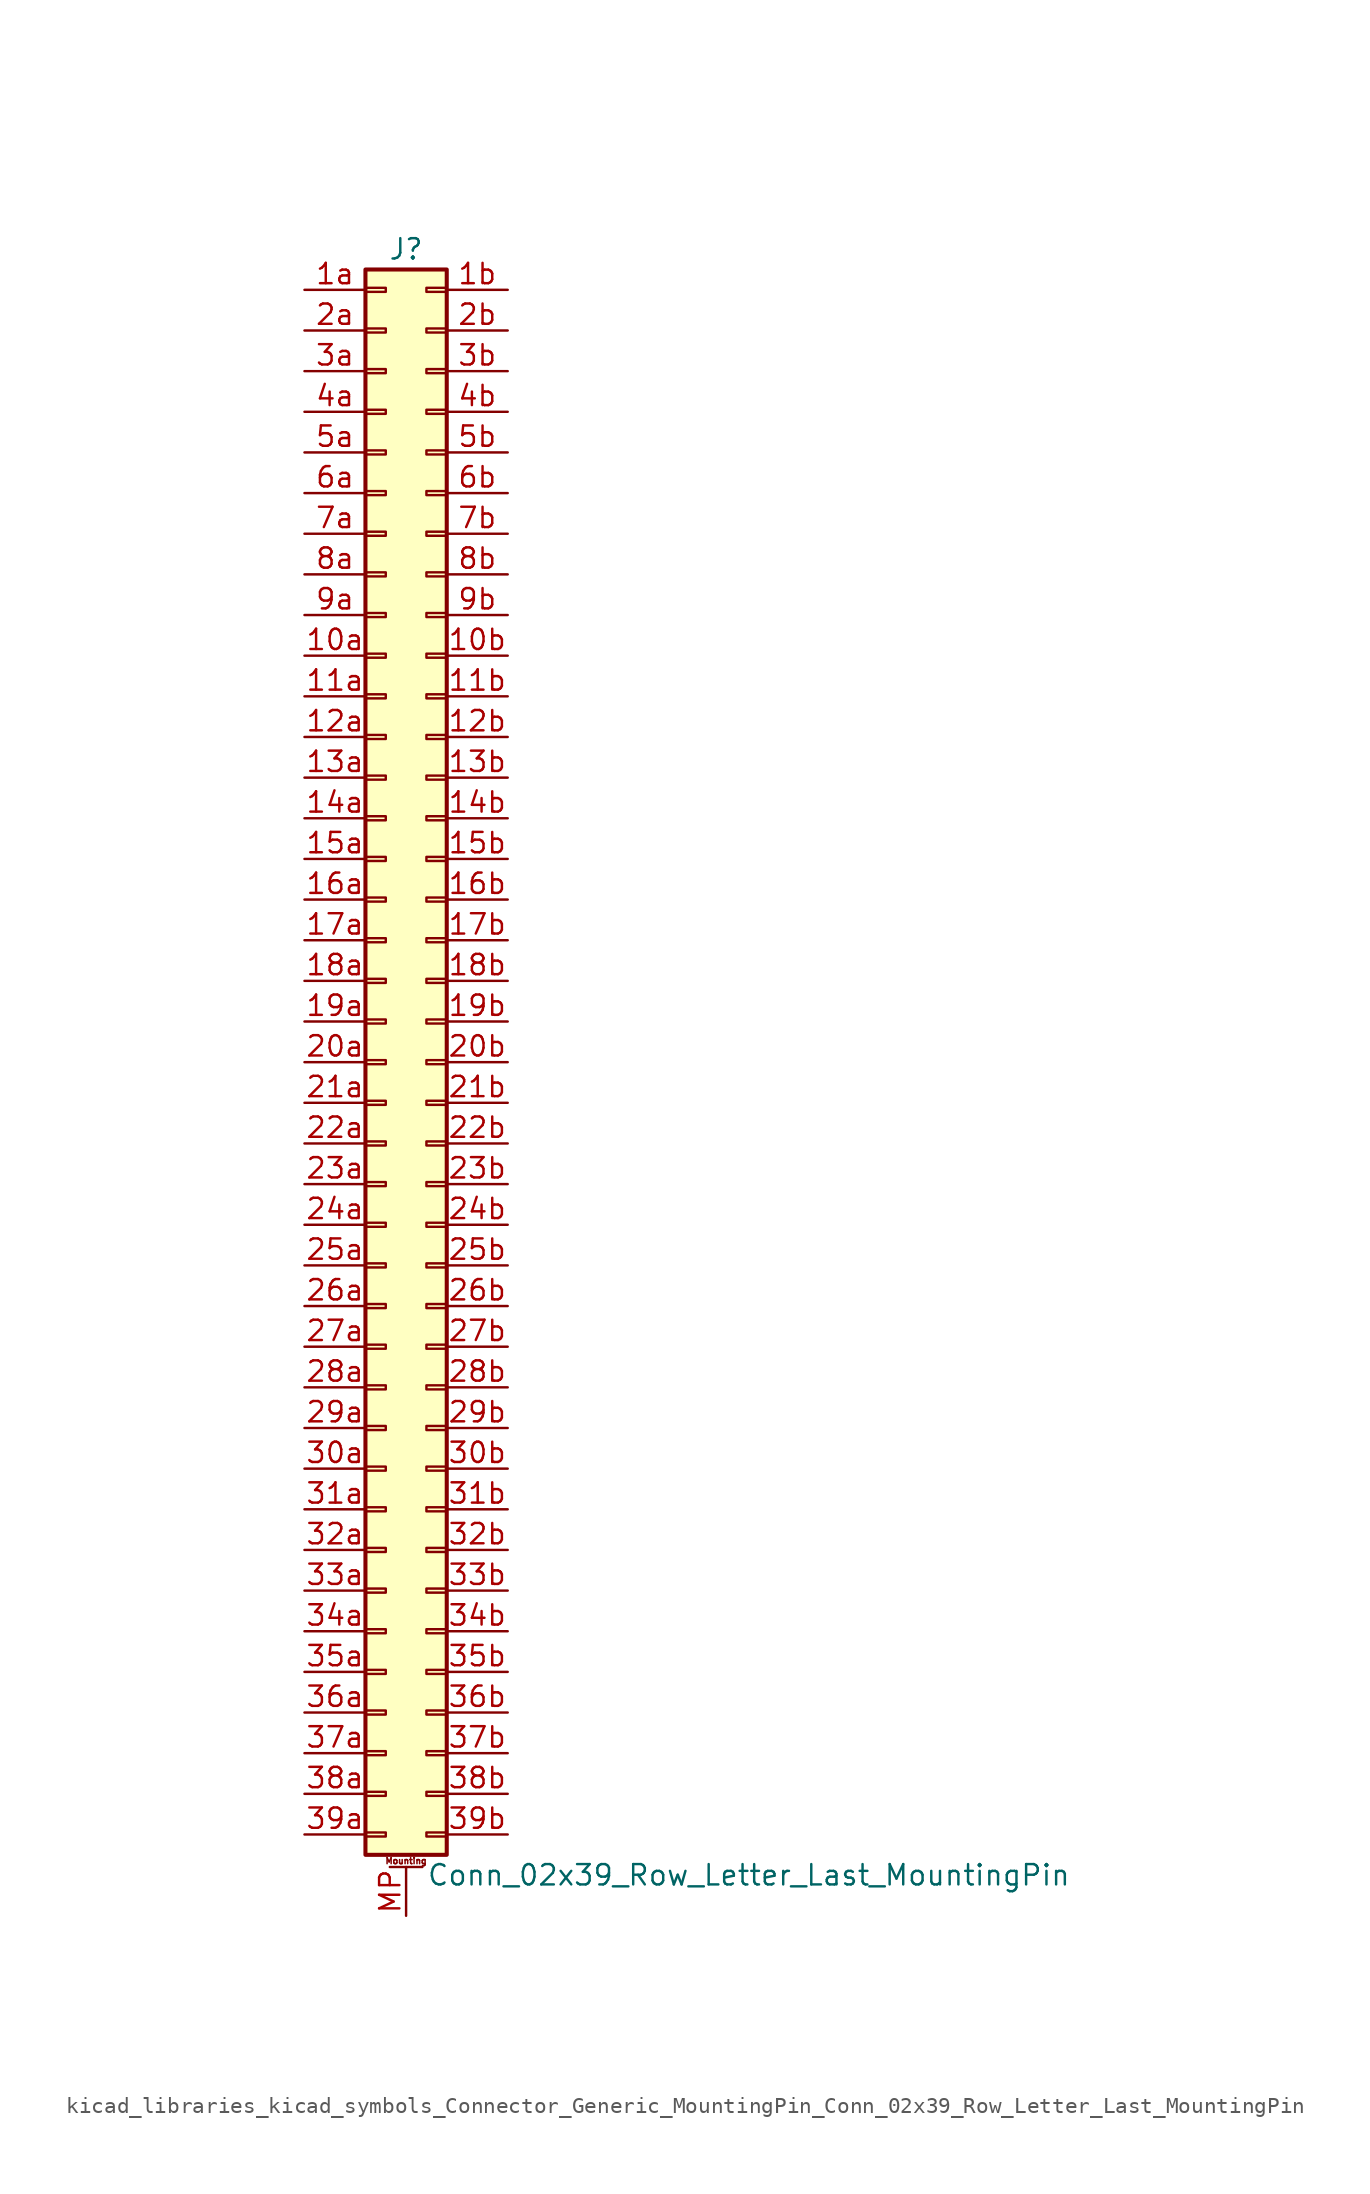
<source format=kicad_sym>
(kicad_symbol_lib
  (version 20220914)
  (generator kicad_symbol_editor)
  (symbol "kicad_libraries_kicad_symbols_Connector_Generic_MountingPin_Conn_02x39_Row_Letter_Last_MountingPin"
    (pin_names
      (offset 1.016) hide)
    (property "Reference" "J"
      (at 1.27 50.8 0)
      (effects (font (size 1.27 1.27))))
    (property "Value" "Conn_02x39_Row_Letter_Last_MountingPin"
      (at 2.54 -50.8 0)
      (effects (font (size 1.27 1.27)) (justify left)))
    (symbol "kicad_libraries_kicad_symbols_Connector_Generic_MountingPin_Conn_02x39_Row_Letter_Last_MountingPin_1_1"
      (rectangle (start -1.27 -48.133) (end 0 -48.387) (stroke (width 0.152) (type default)) (fill (type none)))
      (rectangle (start -1.27 -45.593) (end 0 -45.847) (stroke (width 0.152) (type default)) (fill (type none)))
      (rectangle (start -1.27 -43.053) (end 0 -43.307) (stroke (width 0.152) (type default)) (fill (type none)))
      (rectangle (start -1.27 -40.513) (end 0 -40.767) (stroke (width 0.152) (type default)) (fill (type none)))
      (rectangle (start -1.27 -37.973) (end 0 -38.227) (stroke (width 0.152) (type default)) (fill (type none)))
      (rectangle (start -1.27 -35.433) (end 0 -35.687) (stroke (width 0.152) (type default)) (fill (type none)))
      (rectangle (start -1.27 -32.893) (end 0 -33.147) (stroke (width 0.152) (type default)) (fill (type none)))
      (rectangle (start -1.27 -30.353) (end 0 -30.607) (stroke (width 0.152) (type default)) (fill (type none)))
      (rectangle (start -1.27 -27.813) (end 0 -28.067) (stroke (width 0.152) (type default)) (fill (type none)))
      (rectangle (start -1.27 -25.273) (end 0 -25.527) (stroke (width 0.152) (type default)) (fill (type none)))
      (rectangle (start -1.27 -22.733) (end 0 -22.987) (stroke (width 0.152) (type default)) (fill (type none)))
      (rectangle (start -1.27 -20.193) (end 0 -20.447) (stroke (width 0.152) (type default)) (fill (type none)))
      (rectangle (start -1.27 -17.653) (end 0 -17.907) (stroke (width 0.152) (type default)) (fill (type none)))
      (rectangle (start -1.27 -15.113) (end 0 -15.367) (stroke (width 0.152) (type default)) (fill (type none)))
      (rectangle (start -1.27 -12.573) (end 0 -12.827) (stroke (width 0.152) (type default)) (fill (type none)))
      (rectangle (start -1.27 -10.033) (end 0 -10.287) (stroke (width 0.152) (type default)) (fill (type none)))
      (rectangle (start -1.27 -7.493) (end 0 -7.747) (stroke (width 0.152) (type default)) (fill (type none)))
      (rectangle (start -1.27 -4.953) (end 0 -5.207) (stroke (width 0.152) (type default)) (fill (type none)))
      (rectangle (start -1.27 -2.413) (end 0 -2.667) (stroke (width 0.152) (type default)) (fill (type none)))
      (rectangle (start -1.27 0.127) (end 0 -0.127) (stroke (width 0.152) (type default)) (fill (type none)))
      (rectangle (start -1.27 2.667) (end 0 2.413) (stroke (width 0.152) (type default)) (fill (type none)))
      (rectangle (start -1.27 5.207) (end 0 4.953) (stroke (width 0.152) (type default)) (fill (type none)))
      (rectangle (start -1.27 7.747) (end 0 7.493) (stroke (width 0.152) (type default)) (fill (type none)))
      (rectangle (start -1.27 10.287) (end 0 10.033) (stroke (width 0.152) (type default)) (fill (type none)))
      (rectangle (start -1.27 12.827) (end 0 12.573) (stroke (width 0.152) (type default)) (fill (type none)))
      (rectangle (start -1.27 15.367) (end 0 15.113) (stroke (width 0.152) (type default)) (fill (type none)))
      (rectangle (start -1.27 17.907) (end 0 17.653) (stroke (width 0.152) (type default)) (fill (type none)))
      (rectangle (start -1.27 20.447) (end 0 20.193) (stroke (width 0.152) (type default)) (fill (type none)))
      (rectangle (start -1.27 22.987) (end 0 22.733) (stroke (width 0.152) (type default)) (fill (type none)))
      (rectangle (start -1.27 25.527) (end 0 25.273) (stroke (width 0.152) (type default)) (fill (type none)))
      (rectangle (start -1.27 28.067) (end 0 27.813) (stroke (width 0.152) (type default)) (fill (type none)))
      (rectangle (start -1.27 30.607) (end 0 30.353) (stroke (width 0.152) (type default)) (fill (type none)))
      (rectangle (start -1.27 33.147) (end 0 32.893) (stroke (width 0.152) (type default)) (fill (type none)))
      (rectangle (start -1.27 35.687) (end 0 35.433) (stroke (width 0.152) (type default)) (fill (type none)))
      (rectangle (start -1.27 38.227) (end 0 37.973) (stroke (width 0.152) (type default)) (fill (type none)))
      (rectangle (start -1.27 40.767) (end 0 40.513) (stroke (width 0.152) (type default)) (fill (type none)))
      (rectangle (start -1.27 43.307) (end 0 43.053) (stroke (width 0.152) (type default)) (fill (type none)))
      (rectangle (start -1.27 45.847) (end 0 45.593) (stroke (width 0.152) (type default)) (fill (type none)))
      (rectangle (start -1.27 48.387) (end 0 48.133) (stroke (width 0.152) (type default)) (fill (type none)))
      (rectangle (start -1.27 49.53) (end 3.81 -49.53) (stroke (width 0.254) (type default)) (fill (type background)))
      (polyline (pts (xy 0.254 -50.292) (xy 2.286 -50.292)) (stroke (width 0.152) (type default)) (fill (type none)))
      (rectangle (start 3.81 -48.133) (end 2.54 -48.387) (stroke (width 0.152) (type default)) (fill (type none)))
      (rectangle (start 3.81 -45.593) (end 2.54 -45.847) (stroke (width 0.152) (type default)) (fill (type none)))
      (rectangle (start 3.81 -43.053) (end 2.54 -43.307) (stroke (width 0.152) (type default)) (fill (type none)))
      (rectangle (start 3.81 -40.513) (end 2.54 -40.767) (stroke (width 0.152) (type default)) (fill (type none)))
      (rectangle (start 3.81 -37.973) (end 2.54 -38.227) (stroke (width 0.152) (type default)) (fill (type none)))
      (rectangle (start 3.81 -35.433) (end 2.54 -35.687) (stroke (width 0.152) (type default)) (fill (type none)))
      (rectangle (start 3.81 -32.893) (end 2.54 -33.147) (stroke (width 0.152) (type default)) (fill (type none)))
      (rectangle (start 3.81 -30.353) (end 2.54 -30.607) (stroke (width 0.152) (type default)) (fill (type none)))
      (rectangle (start 3.81 -27.813) (end 2.54 -28.067) (stroke (width 0.152) (type default)) (fill (type none)))
      (rectangle (start 3.81 -25.273) (end 2.54 -25.527) (stroke (width 0.152) (type default)) (fill (type none)))
      (rectangle (start 3.81 -22.733) (end 2.54 -22.987) (stroke (width 0.152) (type default)) (fill (type none)))
      (rectangle (start 3.81 -20.193) (end 2.54 -20.447) (stroke (width 0.152) (type default)) (fill (type none)))
      (rectangle (start 3.81 -17.653) (end 2.54 -17.907) (stroke (width 0.152) (type default)) (fill (type none)))
      (rectangle (start 3.81 -15.113) (end 2.54 -15.367) (stroke (width 0.152) (type default)) (fill (type none)))
      (rectangle (start 3.81 -12.573) (end 2.54 -12.827) (stroke (width 0.152) (type default)) (fill (type none)))
      (rectangle (start 3.81 -10.033) (end 2.54 -10.287) (stroke (width 0.152) (type default)) (fill (type none)))
      (rectangle (start 3.81 -7.493) (end 2.54 -7.747) (stroke (width 0.152) (type default)) (fill (type none)))
      (rectangle (start 3.81 -4.953) (end 2.54 -5.207) (stroke (width 0.152) (type default)) (fill (type none)))
      (rectangle (start 3.81 -2.413) (end 2.54 -2.667) (stroke (width 0.152) (type default)) (fill (type none)))
      (rectangle (start 3.81 0.127) (end 2.54 -0.127) (stroke (width 0.152) (type default)) (fill (type none)))
      (rectangle (start 3.81 2.667) (end 2.54 2.413) (stroke (width 0.152) (type default)) (fill (type none)))
      (rectangle (start 3.81 5.207) (end 2.54 4.953) (stroke (width 0.152) (type default)) (fill (type none)))
      (rectangle (start 3.81 7.747) (end 2.54 7.493) (stroke (width 0.152) (type default)) (fill (type none)))
      (rectangle (start 3.81 10.287) (end 2.54 10.033) (stroke (width 0.152) (type default)) (fill (type none)))
      (rectangle (start 3.81 12.827) (end 2.54 12.573) (stroke (width 0.152) (type default)) (fill (type none)))
      (rectangle (start 3.81 15.367) (end 2.54 15.113) (stroke (width 0.152) (type default)) (fill (type none)))
      (rectangle (start 3.81 17.907) (end 2.54 17.653) (stroke (width 0.152) (type default)) (fill (type none)))
      (rectangle (start 3.81 20.447) (end 2.54 20.193) (stroke (width 0.152) (type default)) (fill (type none)))
      (rectangle (start 3.81 22.987) (end 2.54 22.733) (stroke (width 0.152) (type default)) (fill (type none)))
      (rectangle (start 3.81 25.527) (end 2.54 25.273) (stroke (width 0.152) (type default)) (fill (type none)))
      (rectangle (start 3.81 28.067) (end 2.54 27.813) (stroke (width 0.152) (type default)) (fill (type none)))
      (rectangle (start 3.81 30.607) (end 2.54 30.353) (stroke (width 0.152) (type default)) (fill (type none)))
      (rectangle (start 3.81 33.147) (end 2.54 32.893) (stroke (width 0.152) (type default)) (fill (type none)))
      (rectangle (start 3.81 35.687) (end 2.54 35.433) (stroke (width 0.152) (type default)) (fill (type none)))
      (rectangle (start 3.81 38.227) (end 2.54 37.973) (stroke (width 0.152) (type default)) (fill (type none)))
      (rectangle (start 3.81 40.767) (end 2.54 40.513) (stroke (width 0.152) (type default)) (fill (type none)))
      (rectangle (start 3.81 43.307) (end 2.54 43.053) (stroke (width 0.152) (type default)) (fill (type none)))
      (rectangle (start 3.81 45.847) (end 2.54 45.593) (stroke (width 0.152) (type default)) (fill (type none)))
      (rectangle (start 3.81 48.387) (end 2.54 48.133) (stroke (width 0.152) (type default)) (fill (type none)))
      (text "Mounting" (at 1.27 -49.911 0) (effects (font (size 0.381 0.381))))
      (pin passive line (at -5.08 25.4 0) (length 3.81) (name "Pin_10a" (effects (font (size 1.27 1.27)))) (number "10a" (effects (font (size 1.27 1.27)))))
      (pin passive line (at 7.62 25.4 180) (length 3.81) (name "Pin_10b" (effects (font (size 1.27 1.27)))) (number "10b" (effects (font (size 1.27 1.27)))))
      (pin passive line (at -5.08 22.86 0) (length 3.81) (name "Pin_11a" (effects (font (size 1.27 1.27)))) (number "11a" (effects (font (size 1.27 1.27)))))
      (pin passive line (at 7.62 22.86 180) (length 3.81) (name "Pin_11b" (effects (font (size 1.27 1.27)))) (number "11b" (effects (font (size 1.27 1.27)))))
      (pin passive line (at -5.08 20.32 0) (length 3.81) (name "Pin_12a" (effects (font (size 1.27 1.27)))) (number "12a" (effects (font (size 1.27 1.27)))))
      (pin passive line (at 7.62 20.32 180) (length 3.81) (name "Pin_12b" (effects (font (size 1.27 1.27)))) (number "12b" (effects (font (size 1.27 1.27)))))
      (pin passive line (at -5.08 17.78 0) (length 3.81) (name "Pin_13a" (effects (font (size 1.27 1.27)))) (number "13a" (effects (font (size 1.27 1.27)))))
      (pin passive line (at 7.62 17.78 180) (length 3.81) (name "Pin_13b" (effects (font (size 1.27 1.27)))) (number "13b" (effects (font (size 1.27 1.27)))))
      (pin passive line (at -5.08 15.24 0) (length 3.81) (name "Pin_14a" (effects (font (size 1.27 1.27)))) (number "14a" (effects (font (size 1.27 1.27)))))
      (pin passive line (at 7.62 15.24 180) (length 3.81) (name "Pin_14b" (effects (font (size 1.27 1.27)))) (number "14b" (effects (font (size 1.27 1.27)))))
      (pin passive line (at -5.08 12.7 0) (length 3.81) (name "Pin_15a" (effects (font (size 1.27 1.27)))) (number "15a" (effects (font (size 1.27 1.27)))))
      (pin passive line (at 7.62 12.7 180) (length 3.81) (name "Pin_15b" (effects (font (size 1.27 1.27)))) (number "15b" (effects (font (size 1.27 1.27)))))
      (pin passive line (at -5.08 10.16 0) (length 3.81) (name "Pin_16a" (effects (font (size 1.27 1.27)))) (number "16a" (effects (font (size 1.27 1.27)))))
      (pin passive line (at 7.62 10.16 180) (length 3.81) (name "Pin_16b" (effects (font (size 1.27 1.27)))) (number "16b" (effects (font (size 1.27 1.27)))))
      (pin passive line (at -5.08 7.62 0) (length 3.81) (name "Pin_17a" (effects (font (size 1.27 1.27)))) (number "17a" (effects (font (size 1.27 1.27)))))
      (pin passive line (at 7.62 7.62 180) (length 3.81) (name "Pin_17b" (effects (font (size 1.27 1.27)))) (number "17b" (effects (font (size 1.27 1.27)))))
      (pin passive line (at -5.08 5.08 0) (length 3.81) (name "Pin_18a" (effects (font (size 1.27 1.27)))) (number "18a" (effects (font (size 1.27 1.27)))))
      (pin passive line (at 7.62 5.08 180) (length 3.81) (name "Pin_18b" (effects (font (size 1.27 1.27)))) (number "18b" (effects (font (size 1.27 1.27)))))
      (pin passive line (at -5.08 2.54 0) (length 3.81) (name "Pin_19a" (effects (font (size 1.27 1.27)))) (number "19a" (effects (font (size 1.27 1.27)))))
      (pin passive line (at 7.62 2.54 180) (length 3.81) (name "Pin_19b" (effects (font (size 1.27 1.27)))) (number "19b" (effects (font (size 1.27 1.27)))))
      (pin passive line (at -5.08 48.26 0) (length 3.81) (name "Pin_1a" (effects (font (size 1.27 1.27)))) (number "1a" (effects (font (size 1.27 1.27)))))
      (pin passive line (at 7.62 48.26 180) (length 3.81) (name "Pin_1b" (effects (font (size 1.27 1.27)))) (number "1b" (effects (font (size 1.27 1.27)))))
      (pin passive line (at -5.08 0 0) (length 3.81) (name "Pin_20a" (effects (font (size 1.27 1.27)))) (number "20a" (effects (font (size 1.27 1.27)))))
      (pin passive line (at 7.62 0 180) (length 3.81) (name "Pin_20b" (effects (font (size 1.27 1.27)))) (number "20b" (effects (font (size 1.27 1.27)))))
      (pin passive line (at -5.08 -2.54 0) (length 3.81) (name "Pin_21a" (effects (font (size 1.27 1.27)))) (number "21a" (effects (font (size 1.27 1.27)))))
      (pin passive line (at 7.62 -2.54 180) (length 3.81) (name "Pin_21b" (effects (font (size 1.27 1.27)))) (number "21b" (effects (font (size 1.27 1.27)))))
      (pin passive line (at -5.08 -5.08 0) (length 3.81) (name "Pin_22a" (effects (font (size 1.27 1.27)))) (number "22a" (effects (font (size 1.27 1.27)))))
      (pin passive line (at 7.62 -5.08 180) (length 3.81) (name "Pin_22b" (effects (font (size 1.27 1.27)))) (number "22b" (effects (font (size 1.27 1.27)))))
      (pin passive line (at -5.08 -7.62 0) (length 3.81) (name "Pin_23a" (effects (font (size 1.27 1.27)))) (number "23a" (effects (font (size 1.27 1.27)))))
      (pin passive line (at 7.62 -7.62 180) (length 3.81) (name "Pin_23b" (effects (font (size 1.27 1.27)))) (number "23b" (effects (font (size 1.27 1.27)))))
      (pin passive line (at -5.08 -10.16 0) (length 3.81) (name "Pin_24a" (effects (font (size 1.27 1.27)))) (number "24a" (effects (font (size 1.27 1.27)))))
      (pin passive line (at 7.62 -10.16 180) (length 3.81) (name "Pin_24b" (effects (font (size 1.27 1.27)))) (number "24b" (effects (font (size 1.27 1.27)))))
      (pin passive line (at -5.08 -12.7 0) (length 3.81) (name "Pin_25a" (effects (font (size 1.27 1.27)))) (number "25a" (effects (font (size 1.27 1.27)))))
      (pin passive line (at 7.62 -12.7 180) (length 3.81) (name "Pin_25b" (effects (font (size 1.27 1.27)))) (number "25b" (effects (font (size 1.27 1.27)))))
      (pin passive line (at -5.08 -15.24 0) (length 3.81) (name "Pin_26a" (effects (font (size 1.27 1.27)))) (number "26a" (effects (font (size 1.27 1.27)))))
      (pin passive line (at 7.62 -15.24 180) (length 3.81) (name "Pin_26b" (effects (font (size 1.27 1.27)))) (number "26b" (effects (font (size 1.27 1.27)))))
      (pin passive line (at -5.08 -17.78 0) (length 3.81) (name "Pin_27a" (effects (font (size 1.27 1.27)))) (number "27a" (effects (font (size 1.27 1.27)))))
      (pin passive line (at 7.62 -17.78 180) (length 3.81) (name "Pin_27b" (effects (font (size 1.27 1.27)))) (number "27b" (effects (font (size 1.27 1.27)))))
      (pin passive line (at -5.08 -20.32 0) (length 3.81) (name "Pin_28a" (effects (font (size 1.27 1.27)))) (number "28a" (effects (font (size 1.27 1.27)))))
      (pin passive line (at 7.62 -20.32 180) (length 3.81) (name "Pin_28b" (effects (font (size 1.27 1.27)))) (number "28b" (effects (font (size 1.27 1.27)))))
      (pin passive line (at -5.08 -22.86 0) (length 3.81) (name "Pin_29a" (effects (font (size 1.27 1.27)))) (number "29a" (effects (font (size 1.27 1.27)))))
      (pin passive line (at 7.62 -22.86 180) (length 3.81) (name "Pin_29b" (effects (font (size 1.27 1.27)))) (number "29b" (effects (font (size 1.27 1.27)))))
      (pin passive line (at -5.08 45.72 0) (length 3.81) (name "Pin_2a" (effects (font (size 1.27 1.27)))) (number "2a" (effects (font (size 1.27 1.27)))))
      (pin passive line (at 7.62 45.72 180) (length 3.81) (name "Pin_2b" (effects (font (size 1.27 1.27)))) (number "2b" (effects (font (size 1.27 1.27)))))
      (pin passive line (at -5.08 -25.4 0) (length 3.81) (name "Pin_30a" (effects (font (size 1.27 1.27)))) (number "30a" (effects (font (size 1.27 1.27)))))
      (pin passive line (at 7.62 -25.4 180) (length 3.81) (name "Pin_30b" (effects (font (size 1.27 1.27)))) (number "30b" (effects (font (size 1.27 1.27)))))
      (pin passive line (at -5.08 -27.94 0) (length 3.81) (name "Pin_31a" (effects (font (size 1.27 1.27)))) (number "31a" (effects (font (size 1.27 1.27)))))
      (pin passive line (at 7.62 -27.94 180) (length 3.81) (name "Pin_31b" (effects (font (size 1.27 1.27)))) (number "31b" (effects (font (size 1.27 1.27)))))
      (pin passive line (at -5.08 -30.48 0) (length 3.81) (name "Pin_32a" (effects (font (size 1.27 1.27)))) (number "32a" (effects (font (size 1.27 1.27)))))
      (pin passive line (at 7.62 -30.48 180) (length 3.81) (name "Pin_32b" (effects (font (size 1.27 1.27)))) (number "32b" (effects (font (size 1.27 1.27)))))
      (pin passive line (at -5.08 -33.02 0) (length 3.81) (name "Pin_33a" (effects (font (size 1.27 1.27)))) (number "33a" (effects (font (size 1.27 1.27)))))
      (pin passive line (at 7.62 -33.02 180) (length 3.81) (name "Pin_33b" (effects (font (size 1.27 1.27)))) (number "33b" (effects (font (size 1.27 1.27)))))
      (pin passive line (at -5.08 -35.56 0) (length 3.81) (name "Pin_34a" (effects (font (size 1.27 1.27)))) (number "34a" (effects (font (size 1.27 1.27)))))
      (pin passive line (at 7.62 -35.56 180) (length 3.81) (name "Pin_34b" (effects (font (size 1.27 1.27)))) (number "34b" (effects (font (size 1.27 1.27)))))
      (pin passive line (at -5.08 -38.1 0) (length 3.81) (name "Pin_35a" (effects (font (size 1.27 1.27)))) (number "35a" (effects (font (size 1.27 1.27)))))
      (pin passive line (at 7.62 -38.1 180) (length 3.81) (name "Pin_35b" (effects (font (size 1.27 1.27)))) (number "35b" (effects (font (size 1.27 1.27)))))
      (pin passive line (at -5.08 -40.64 0) (length 3.81) (name "Pin_36a" (effects (font (size 1.27 1.27)))) (number "36a" (effects (font (size 1.27 1.27)))))
      (pin passive line (at 7.62 -40.64 180) (length 3.81) (name "Pin_36b" (effects (font (size 1.27 1.27)))) (number "36b" (effects (font (size 1.27 1.27)))))
      (pin passive line (at -5.08 -43.18 0) (length 3.81) (name "Pin_37a" (effects (font (size 1.27 1.27)))) (number "37a" (effects (font (size 1.27 1.27)))))
      (pin passive line (at 7.62 -43.18 180) (length 3.81) (name "Pin_37b" (effects (font (size 1.27 1.27)))) (number "37b" (effects (font (size 1.27 1.27)))))
      (pin passive line (at -5.08 -45.72 0) (length 3.81) (name "Pin_38a" (effects (font (size 1.27 1.27)))) (number "38a" (effects (font (size 1.27 1.27)))))
      (pin passive line (at 7.62 -45.72 180) (length 3.81) (name "Pin_38b" (effects (font (size 1.27 1.27)))) (number "38b" (effects (font (size 1.27 1.27)))))
      (pin passive line (at -5.08 -48.26 0) (length 3.81) (name "Pin_39a" (effects (font (size 1.27 1.27)))) (number "39a" (effects (font (size 1.27 1.27)))))
      (pin passive line (at 7.62 -48.26 180) (length 3.81) (name "Pin_39b" (effects (font (size 1.27 1.27)))) (number "39b" (effects (font (size 1.27 1.27)))))
      (pin passive line (at -5.08 43.18 0) (length 3.81) (name "Pin_3a" (effects (font (size 1.27 1.27)))) (number "3a" (effects (font (size 1.27 1.27)))))
      (pin passive line (at 7.62 43.18 180) (length 3.81) (name "Pin_3b" (effects (font (size 1.27 1.27)))) (number "3b" (effects (font (size 1.27 1.27)))))
      (pin passive line (at -5.08 40.64 0) (length 3.81) (name "Pin_4a" (effects (font (size 1.27 1.27)))) (number "4a" (effects (font (size 1.27 1.27)))))
      (pin passive line (at 7.62 40.64 180) (length 3.81) (name "Pin_4b" (effects (font (size 1.27 1.27)))) (number "4b" (effects (font (size 1.27 1.27)))))
      (pin passive line (at -5.08 38.1 0) (length 3.81) (name "Pin_5a" (effects (font (size 1.27 1.27)))) (number "5a" (effects (font (size 1.27 1.27)))))
      (pin passive line (at 7.62 38.1 180) (length 3.81) (name "Pin_5b" (effects (font (size 1.27 1.27)))) (number "5b" (effects (font (size 1.27 1.27)))))
      (pin passive line (at -5.08 35.56 0) (length 3.81) (name "Pin_6a" (effects (font (size 1.27 1.27)))) (number "6a" (effects (font (size 1.27 1.27)))))
      (pin passive line (at 7.62 35.56 180) (length 3.81) (name "Pin_6b" (effects (font (size 1.27 1.27)))) (number "6b" (effects (font (size 1.27 1.27)))))
      (pin passive line (at -5.08 33.02 0) (length 3.81) (name "Pin_7a" (effects (font (size 1.27 1.27)))) (number "7a" (effects (font (size 1.27 1.27)))))
      (pin passive line (at 7.62 33.02 180) (length 3.81) (name "Pin_7b" (effects (font (size 1.27 1.27)))) (number "7b" (effects (font (size 1.27 1.27)))))
      (pin passive line (at -5.08 30.48 0) (length 3.81) (name "Pin_8a" (effects (font (size 1.27 1.27)))) (number "8a" (effects (font (size 1.27 1.27)))))
      (pin passive line (at 7.62 30.48 180) (length 3.81) (name "Pin_8b" (effects (font (size 1.27 1.27)))) (number "8b" (effects (font (size 1.27 1.27)))))
      (pin passive line (at -5.08 27.94 0) (length 3.81) (name "Pin_9a" (effects (font (size 1.27 1.27)))) (number "9a" (effects (font (size 1.27 1.27)))))
      (pin passive line (at 7.62 27.94 180) (length 3.81) (name "Pin_9b" (effects (font (size 1.27 1.27)))) (number "9b" (effects (font (size 1.27 1.27)))))
      (pin passive line (at 1.27 -53.34 90) (length 3.048) (name "MountPin" (effects (font (size 1.27 1.27)))) (number "MP" (effects (font (size 1.27 1.27))))))))
</source>
